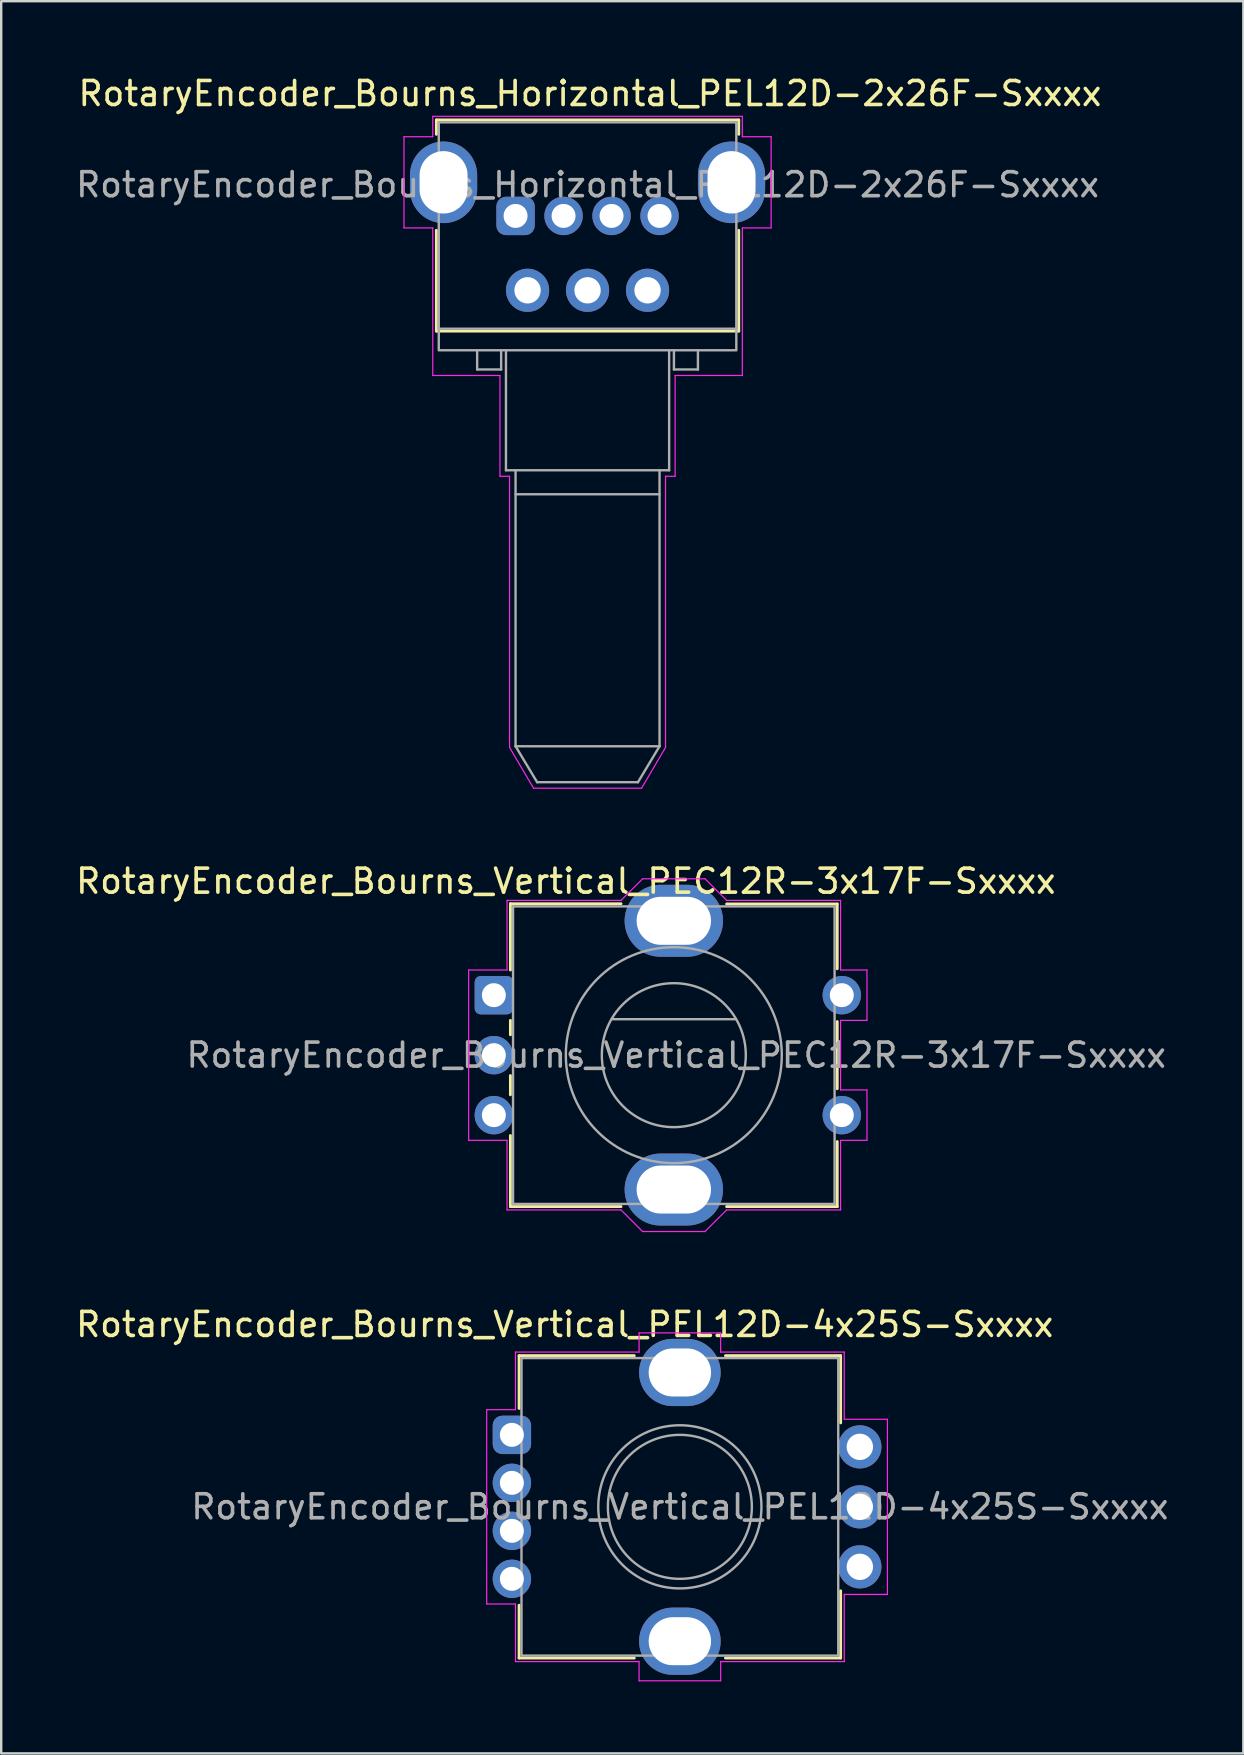
<source format=kicad_pcb>
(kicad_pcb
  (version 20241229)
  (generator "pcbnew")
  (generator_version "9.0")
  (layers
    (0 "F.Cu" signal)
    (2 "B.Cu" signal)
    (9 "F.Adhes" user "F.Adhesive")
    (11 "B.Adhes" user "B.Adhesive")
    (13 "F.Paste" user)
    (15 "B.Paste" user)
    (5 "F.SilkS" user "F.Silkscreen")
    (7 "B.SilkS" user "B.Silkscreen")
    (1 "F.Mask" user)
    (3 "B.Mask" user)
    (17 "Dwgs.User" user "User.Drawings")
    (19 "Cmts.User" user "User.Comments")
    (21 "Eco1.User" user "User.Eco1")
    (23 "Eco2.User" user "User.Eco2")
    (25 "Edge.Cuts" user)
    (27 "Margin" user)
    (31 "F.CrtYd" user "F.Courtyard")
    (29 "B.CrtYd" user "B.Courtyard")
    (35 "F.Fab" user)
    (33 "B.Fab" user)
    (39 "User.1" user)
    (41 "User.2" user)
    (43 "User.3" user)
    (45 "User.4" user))
  (footprint "RotaryEncoder_Bourns_Vertical_PEC12R-3x17F-Sxxxx"
    (layer "F.Cu")
    (at 17.53 38.422)
    (property "Reference" "RotaryEncoder_Bourns_Vertical_PEC12R-3x17F-Sxxxx" (at 3 -4.75 180) (layer "F.SilkS") (effects (font (size 1 1) (thickness 0.15))))
    (attr through_hole)
    (fp_line (start 0.69 -3.81) (end 5.3 -3.81) (stroke (width 0.12) (type solid)) (layer "F.SilkS"))
    (fp_line (start 0.69 -1.05) (end 0.69 -3.81) (stroke (width 0.12) (type solid)) (layer "F.SilkS"))
    (fp_line (start 0.69 1.05) (end 0.69 1.65) (stroke (width 0.12) (type solid)) (layer "F.SilkS"))
    (fp_line (start 0.69 3.35) (end 0.69 4.15) (stroke (width 0.12) (type solid)) (layer "F.SilkS"))
    (fp_line (start 0.69 5.85) (end 0.69 8.81) (stroke (width 0.12) (type solid)) (layer "F.SilkS"))
    (fp_line (start 5.3 8.81) (end 0.69 8.81) (stroke (width 0.12) (type solid)) (layer "F.SilkS"))
    (fp_line (start 9.7 -3.8) (end 14.31 -3.8) (stroke (width 0.12) (type solid)) (layer "F.SilkS"))
    (fp_line (start 14.31 -3.8) (end 14.31 -1.1) (stroke (width 0.12) (type solid)) (layer "F.SilkS"))
    (fp_line (start 14.31 1.1) (end 14.31 3.9) (stroke (width 0.12) (type solid)) (layer "F.SilkS"))
    (fp_line (start 14.31 6.1) (end 14.31 8.81) (stroke (width 0.12) (type solid)) (layer "F.SilkS"))
    (fp_line (start 14.31 8.81) (end 9.7 8.81) (stroke (width 0.12) (type solid)) (layer "F.SilkS"))
    (fp_line (start -1.05 -1.05) (end 0.55 -1.05) (stroke (width 0.05) (type solid)) (layer "F.CrtYd"))
    (fp_line (start -1.05 6.05) (end -1.05 -1.05) (stroke (width 0.05) (type solid)) (layer "F.CrtYd"))
    (fp_line (start 0.55 -3.95) (end 5.3 -3.95) (stroke (width 0.05) (type solid)) (layer "F.CrtYd"))
    (fp_line (start 0.55 -1.05) (end 0.55 -3.95) (stroke (width 0.05) (type solid)) (layer "F.CrtYd"))
    (fp_line (start 0.55 6.05) (end -1.05 6.05) (stroke (width 0.05) (type solid)) (layer "F.CrtYd"))
    (fp_line (start 0.55 8.95) (end 0.55 6.05) (stroke (width 0.05) (type solid)) (layer "F.CrtYd"))
    (fp_line (start 5.3 -3.95) (end 6.2 -4.85) (stroke (width 0.05) (type solid)) (layer "F.CrtYd"))
    (fp_line (start 5.3 8.95) (end 0.55 8.95) (stroke (width 0.05) (type solid)) (layer "F.CrtYd"))
    (fp_line (start 5.3 8.95) (end 6.2 9.85) (stroke (width 0.05) (type solid)) (layer "F.CrtYd"))
    (fp_line (start 6.2 -4.85) (end 8.8 -4.85) (stroke (width 0.05) (type solid)) (layer "F.CrtYd"))
    (fp_line (start 8.8 9.85) (end 6.2 9.85) (stroke (width 0.05) (type solid)) (layer "F.CrtYd"))
    (fp_line (start 9.7 -3.95) (end 8.8 -4.85) (stroke (width 0.05) (type solid)) (layer "F.CrtYd"))
    (fp_line (start 9.7 -3.95) (end 14.45 -3.95) (stroke (width 0.05) (type solid)) (layer "F.CrtYd"))
    (fp_line (start 9.7 8.95) (end 8.8 9.85) (stroke (width 0.05) (type solid)) (layer "F.CrtYd"))
    (fp_line (start 14.45 -3.95) (end 14.45 -1.05) (stroke (width 0.05) (type solid)) (layer "F.CrtYd"))
    (fp_line (start 14.45 -1.05) (end 15.55 -1.05) (stroke (width 0.05) (type default)) (layer "F.CrtYd"))
    (fp_line (start 14.45 1.05) (end 14.45 3.95) (stroke (width 0.05) (type solid)) (layer "F.CrtYd"))
    (fp_line (start 14.45 3.95) (end 15.55 3.95) (stroke (width 0.05) (type default)) (layer "F.CrtYd"))
    (fp_line (start 14.45 6.05) (end 14.45 8.95) (stroke (width 0.05) (type solid)) (layer "F.CrtYd"))
    (fp_line (start 14.45 8.95) (end 9.7 8.95) (stroke (width 0.05) (type solid)) (layer "F.CrtYd"))
    (fp_line (start 15.55 -1.05) (end 15.55 1.05) (stroke (width 0.05) (type default)) (layer "F.CrtYd"))
    (fp_line (start 15.55 1.05) (end 14.45 1.05) (stroke (width 0.05) (type default)) (layer "F.CrtYd"))
    (fp_line (start 15.55 3.95) (end 15.55 6.05) (stroke (width 0.05) (type default)) (layer "F.CrtYd"))
    (fp_line (start 15.55 6.05) (end 14.45 6.05) (stroke (width 0.05) (type default)) (layer "F.CrtYd"))
    (fp_line (start 0.8 -3.7) (end 0.8 8.7) (stroke (width 0.1) (type solid)) (layer "F.Fab"))
    (fp_line (start 0.8 8.7) (end 14.2 8.7) (stroke (width 0.1) (type solid)) (layer "F.Fab"))
    (fp_line (start 4.91 1) (end 10.09 1) (stroke (width 0.1) (type default)) (layer "F.Fab"))
    (fp_line (start 14.2 -3.7) (end 0.8 -3.7) (stroke (width 0.1) (type solid)) (layer "F.Fab"))
    (fp_line (start 14.2 8.7) (end 14.2 -3.7) (stroke (width 0.1) (type solid)) (layer "F.Fab"))
    (fp_circle (center 7.5 2.5) (end 10.5 2.5) (stroke (width 0.1) (type solid)) (fill no) (layer "F.Fab"))
    (fp_circle (center 7.5 2.5) (end 12 2.5) (stroke (width 0.1) (type default)) (fill no) (layer "F.Fab"))
    (fp_text user "${REFERENCE}" (at 7.6 2.5 180) (layer "F.Fab") (effects (font (size 1 1) (thickness 0.15))))
    (pad "A" thru_hole roundrect (at 0 0) (size 1.6 1.6) (drill 1) (layers "*.Cu" "*.Mask") (roundrect_rratio 0.156))
    (pad "B" thru_hole circle (at 0 5) (size 1.6 1.6) (drill 1) (layers "*.Cu" "*.Mask"))
    (pad "C" thru_hole circle (at 0 2.5) (size 1.6 1.6) (drill 1) (layers "*.Cu" "*.Mask"))
    (pad "S1" thru_hole circle (at 14.5 0) (size 1.6 1.6) (drill 1) (layers "*.Cu" "*.Mask"))
    (pad "S2" thru_hole circle (at 14.5 5) (size 1.6 1.6) (drill 1) (layers "*.Cu" "*.Mask"))
    (pad "SH" thru_hole oval (at 7.5 -3.1) (size 4.1 3) (drill oval 3.1 2) (layers "*.Cu" "*.Mask"))
    (pad "SH" thru_hole oval (at 7.5 8.1) (size 4.1 3) (drill oval 3.1 2) (layers "*.Cu" "*.Mask")))
  (footprint "RotaryEncoder_Bourns_Vertical_PEL12D-4x25S-Sxxxx"
    (layer "F.Cu")
    (at 18.282 56.745)
    (property "Reference" "RotaryEncoder_Bourns_Vertical_PEL12D-4x25S-Sxxxx" (at 2.2 -4.6 180) (layer "F.SilkS") (effects (font (size 1 1) (thickness 0.15))))
    (attr through_hole)
    (fp_line (start 0.3 -3.3) (end 0.3 -1.1) (stroke (width 0.12) (type default)) (layer "F.SilkS"))
    (fp_line (start 0.3 7.1) (end 0.3 9.3) (stroke (width 0.12) (type default)) (layer "F.SilkS"))
    (fp_line (start 0.3 9.3) (end 5.1 9.3) (stroke (width 0.12) (type default)) (layer "F.SilkS"))
    (fp_line (start 5.1 -3.3) (end 0.3 -3.3) (stroke (width 0.12) (type default)) (layer "F.SilkS"))
    (fp_line (start 8.9 -3.3) (end 13.7 -3.3) (stroke (width 0.12) (type default)) (layer "F.SilkS"))
    (fp_line (start 13.7 -3.3) (end 13.7 -0.5) (stroke (width 0.12) (type default)) (layer "F.SilkS"))
    (fp_line (start 13.7 6.5) (end 13.7 9.3) (stroke (width 0.12) (type default)) (layer "F.SilkS"))
    (fp_line (start 13.7 9.3) (end 8.9 9.3) (stroke (width 0.12) (type default)) (layer "F.SilkS"))
    (fp_line (start -1.05 -1.05) (end -1.05 7.05) (stroke (width 0.05) (type default)) (layer "F.CrtYd"))
    (fp_line (start -1.05 7.05) (end 0.15 7.05) (stroke (width 0.05) (type default)) (layer "F.CrtYd"))
    (fp_line (start 0.15 -3.45) (end 0.15 -1.05) (stroke (width 0.05) (type default)) (layer "F.CrtYd"))
    (fp_line (start 0.15 -1.05) (end -1.05 -1.05) (stroke (width 0.05) (type default)) (layer "F.CrtYd"))
    (fp_line (start 0.15 7.05) (end 0.15 9.45) (stroke (width 0.05) (type default)) (layer "F.CrtYd"))
    (fp_line (start 0.15 9.45) (end 5.3 9.45) (stroke (width 0.05) (type default)) (layer "F.CrtYd"))
    (fp_line (start 5.3 -4.25) (end 5.3 -3.45) (stroke (width 0.05) (type default)) (layer "F.CrtYd"))
    (fp_line (start 5.3 -3.45) (end 0.15 -3.45) (stroke (width 0.05) (type default)) (layer "F.CrtYd"))
    (fp_line (start 5.3 9.45) (end 5.3 10.25) (stroke (width 0.05) (type default)) (layer "F.CrtYd"))
    (fp_line (start 5.3 10.25) (end 8.7 10.25) (stroke (width 0.05) (type default)) (layer "F.CrtYd"))
    (fp_line (start 8.7 -4.25) (end 5.3 -4.25) (stroke (width 0.05) (type default)) (layer "F.CrtYd"))
    (fp_line (start 8.7 -3.45) (end 8.7 -4.25) (stroke (width 0.05) (type default)) (layer "F.CrtYd"))
    (fp_line (start 8.7 9.45) (end 13.85 9.45) (stroke (width 0.05) (type default)) (layer "F.CrtYd"))
    (fp_line (start 8.7 10.25) (end 8.7 9.45) (stroke (width 0.05) (type default)) (layer "F.CrtYd"))
    (fp_line (start 13.85 -3.45) (end 8.7 -3.45) (stroke (width 0.05) (type default)) (layer "F.CrtYd"))
    (fp_line (start 13.85 -0.65) (end 13.85 -3.45) (stroke (width 0.05) (type default)) (layer "F.CrtYd"))
    (fp_line (start 13.85 6.65) (end 15.65 6.65) (stroke (width 0.05) (type default)) (layer "F.CrtYd"))
    (fp_line (start 13.85 9.45) (end 13.85 6.65) (stroke (width 0.05) (type default)) (layer "F.CrtYd"))
    (fp_line (start 15.65 -0.65) (end 13.85 -0.65) (stroke (width 0.05) (type default)) (layer "F.CrtYd"))
    (fp_line (start 15.65 6.65) (end 15.65 -0.65) (stroke (width 0.05) (type default)) (layer "F.CrtYd"))
    (fp_rect (start 0.4 -3.2) (end 13.6 9.2) (stroke (width 0.1) (type default)) (fill no) (layer "F.Fab"))
    (fp_circle (center 7 3) (end 7 -0.4) (stroke (width 0.1) (type solid)) (fill no) (layer "F.Fab"))
    (fp_circle (center 7 3) (end 7 0) (stroke (width 0.1) (type default)) (fill no) (layer "F.Fab"))
    (fp_text user "${REFERENCE}" (at 7 3 180) (layer "F.Fab") (effects (font (size 1 1) (thickness 0.15))))
    (pad "1" thru_hole roundrect (at 0 0 90) (size 1.6 1.6) (drill 1) (layers "*.Cu" "*.Mask") (roundrect_rratio 0.25))
    (pad "2" thru_hole circle (at 0 2 90) (size 1.6 1.6) (drill 1) (layers "*.Cu" "*.Mask"))
    (pad "3" thru_hole circle (at 0 4 90) (size 1.6 1.6) (drill 1) (layers "*.Cu" "*.Mask"))
    (pad "4" thru_hole circle (at 0 6 90) (size 1.6 1.6) (drill 1) (layers "*.Cu" "*.Mask"))
    (pad "A" thru_hole circle (at 14.5 5.5 90) (size 1.8 1.8) (drill 1.1) (layers "*.Cu" "*.Mask"))
    (pad "B" thru_hole circle (at 14.5 3 90) (size 1.8 1.8) (drill 1.1) (layers "*.Cu" "*.Mask"))
    (pad "C" thru_hole circle (at 14.5 0.5 90) (size 1.8 1.8) (drill 1.1) (layers "*.Cu" "*.Mask"))
    (pad "SH" thru_hole oval (at 7 -2.6 90) (size 2.8 3.4) (drill oval 2 2.6) (layers "*.Cu" "*.Mask"))
    (pad "SH" thru_hole oval (at 7 8.6 180) (size 3.4 2.8) (drill oval 2.6 2) (layers "*.Cu" "*.Mask")))
  (footprint "RotaryEncoder_Bourns_Horizontal_PEL12D-2x26F-Sxxxx"
    (layer "F.Cu")
    (at 18.435 5.948)
    (property "Reference" "RotaryEncoder_Bourns_Horizontal_PEL12D-2x26F-Sxxxx" (at 3.1 -5.1 0) (layer "F.SilkS") (effects (font (size 1 1) (thickness 0.15))))
    (attr through_hole)
    (fp_line (start -3.3 -4) (end -3.3 -3.4) (stroke (width 0.12) (type default)) (layer "F.SilkS"))
    (fp_line (start -3.3 0.6) (end -3.3 4.8) (stroke (width 0.12) (type default)) (layer "F.SilkS"))
    (fp_line (start -3.3 4.8) (end 9.3 4.8) (stroke (width 0.12) (type default)) (layer "F.SilkS"))
    (fp_line (start 9.3 -4) (end -3.3 -4) (stroke (width 0.12) (type default)) (layer "F.SilkS"))
    (fp_line (start 9.3 -3.4) (end 9.3 -4) (stroke (width 0.12) (type default)) (layer "F.SilkS"))
    (fp_line (start 9.3 4.8) (end 9.3 0.6) (stroke (width 0.12) (type default)) (layer "F.SilkS"))
    (fp_line (start -4.65 -3.3) (end -4.65 0.5) (stroke (width 0.05) (type default)) (layer "F.CrtYd"))
    (fp_line (start -4.65 0.5) (end -3.45 0.5) (stroke (width 0.05) (type default)) (layer "F.CrtYd"))
    (fp_line (start -3.45 -4.15) (end -3.45 -3.3) (stroke (width 0.05) (type default)) (layer "F.CrtYd"))
    (fp_line (start -3.45 -3.3) (end -4.65 -3.3) (stroke (width 0.05) (type default)) (layer "F.CrtYd"))
    (fp_line (start -3.45 0.5) (end -3.45 6.65) (stroke (width 0.05) (type default)) (layer "F.CrtYd"))
    (fp_line (start -0.65 6.65) (end -3.45 6.65) (stroke (width 0.05) (type default)) (layer "F.CrtYd"))
    (fp_line (start -0.65 10.85) (end -0.65 6.65) (stroke (width 0.05) (type default)) (layer "F.CrtYd"))
    (fp_line (start -0.65 10.85) (end -0.25 10.85) (stroke (width 0.05) (type default)) (layer "F.CrtYd"))
    (fp_line (start -0.25 10.85) (end -0.25 22.15) (stroke (width 0.05) (type default)) (layer "F.CrtYd"))
    (fp_line (start -0.25 22.15) (end 0.75 23.85) (stroke (width 0.05) (type default)) (layer "F.CrtYd"))
    (fp_line (start 0.75 23.85) (end 5.25 23.85) (stroke (width 0.05) (type default)) (layer "F.CrtYd"))
    (fp_line (start 6.25 10.85) (end 6.65 10.85) (stroke (width 0.05) (type default)) (layer "F.CrtYd"))
    (fp_line (start 6.25 22.15) (end 5.25 23.85) (stroke (width 0.05) (type default)) (layer "F.CrtYd"))
    (fp_line (start 6.25 22.15) (end 6.25 10.85) (stroke (width 0.05) (type default)) (layer "F.CrtYd"))
    (fp_line (start 6.65 6.65) (end 9.45 6.65) (stroke (width 0.05) (type default)) (layer "F.CrtYd"))
    (fp_line (start 6.65 10.85) (end 6.65 6.65) (stroke (width 0.05) (type default)) (layer "F.CrtYd"))
    (fp_line (start 9.45 -4.15) (end -3.45 -4.15) (stroke (width 0.05) (type default)) (layer "F.CrtYd"))
    (fp_line (start 9.45 -3.3) (end 9.45 -4.15) (stroke (width 0.05) (type default)) (layer "F.CrtYd"))
    (fp_line (start 9.45 0.5) (end 10.65 0.5) (stroke (width 0.05) (type default)) (layer "F.CrtYd"))
    (fp_line (start 9.45 6.65) (end 9.45 0.5) (stroke (width 0.05) (type default)) (layer "F.CrtYd"))
    (fp_line (start 10.65 -3.3) (end 9.45 -3.3) (stroke (width 0.05) (type default)) (layer "F.CrtYd"))
    (fp_line (start 10.65 0.5) (end 10.65 -3.3) (stroke (width 0.05) (type default)) (layer "F.CrtYd"))
    (fp_line (start -1.6 5.6) (end -1.6 6.4) (stroke (width 0.1) (type default)) (layer "F.Fab"))
    (fp_line (start -1.6 6.4) (end -0.6 6.4) (stroke (width 0.1) (type default)) (layer "F.Fab"))
    (fp_line (start -0.6 6.4) (end -0.6 5.6) (stroke (width 0.1) (type default)) (layer "F.Fab"))
    (fp_line (start -0.4 10.6) (end -0.4 5.6) (stroke (width 0.1) (type default)) (layer "F.Fab"))
    (fp_line (start 0 22.1) (end 0 10.6) (stroke (width 0.1) (type default)) (layer "F.Fab"))
    (fp_line (start 0 22.1) (end 0.9 23.6) (stroke (width 0.1) (type default)) (layer "F.Fab"))
    (fp_line (start 0.9 23.6) (end 5.1 23.6) (stroke (width 0.1) (type default)) (layer "F.Fab"))
    (fp_line (start 6 10.6) (end 6 22.1) (stroke (width 0.1) (type default)) (layer "F.Fab"))
    (fp_line (start 6 11.6) (end 0 11.6) (stroke (width 0.1) (type default)) (layer "F.Fab"))
    (fp_line (start 6 22.1) (end 0 22.1) (stroke (width 0.1) (type default)) (layer "F.Fab"))
    (fp_line (start 6 22.1) (end 5.1 23.6) (stroke (width 0.1) (type default)) (layer "F.Fab"))
    (fp_line (start 6.4 5.6) (end 6.4 10.6) (stroke (width 0.1) (type default)) (layer "F.Fab"))
    (fp_line (start 6.4 10.6) (end -0.4 10.6) (stroke (width 0.1) (type default)) (layer "F.Fab"))
    (fp_line (start 6.6 6.4) (end 6.6 5.6) (stroke (width 0.1) (type default)) (layer "F.Fab"))
    (fp_line (start 7.6 5.6) (end 7.6 6.4) (stroke (width 0.1) (type default)) (layer "F.Fab"))
    (fp_line (start 7.6 6.4) (end 6.6 6.4) (stroke (width 0.1) (type default)) (layer "F.Fab"))
    (fp_line (start 9.2 4.7) (end -3.2 4.7) (stroke (width 0.1) (type default)) (layer "F.Fab"))
    (fp_rect (start -3.2 -3.9) (end 9.2 5.6) (stroke (width 0.1) (type default)) (fill no) (layer "F.Fab"))
    (fp_text user "${REFERENCE}" (at 3 -1.3 0) (layer "F.Fab") (effects (font (size 1 1) (thickness 0.15))))
    (pad "1" thru_hole roundrect (at 0 0 270) (size 1.6 1.6) (drill 1) (layers "*.Cu" "*.Mask") (roundrect_rratio 0.25))
    (pad "2" thru_hole circle (at 2 0 270) (size 1.6 1.6) (drill 1) (layers "*.Cu" "*.Mask"))
    (pad "3" thru_hole circle (at 4 0 270) (size 1.6 1.6) (drill 1) (layers "*.Cu" "*.Mask"))
    (pad "4" thru_hole circle (at 6 0 270) (size 1.6 1.6) (drill 1) (layers "*.Cu" "*.Mask"))
    (pad "A" thru_hole circle (at 0.5 3.1 270) (size 1.8 1.8) (drill 1.1) (layers "*.Cu" "*.Mask"))
    (pad "B" thru_hole circle (at 3 3.1 270) (size 1.8 1.8) (drill 1.1) (layers "*.Cu" "*.Mask"))
    (pad "C" thru_hole circle (at 5.5 3.1 270) (size 1.8 1.8) (drill 1.1) (layers "*.Cu" "*.Mask"))
    (pad "SH" thru_hole oval (at -3 -1.4 270) (size 3.4 2.8) (drill oval 2.6 2) (layers "*.Cu" "*.Mask"))
    (pad "SH" thru_hole oval (at 9 -1.4 270) (size 3.4 2.8) (drill oval 2.6 2) (layers "*.Cu" "*.Mask"))
    (zone (net_name "") (layer "F.Cu") (hatch edge 0.5) (connect_pads) (min_thickness 0.25) (filled_areas_thickness no) (keepout (tracks not_allowed) (vias not_allowed) (pads not_allowed) (copperpour allowed) (footprints allowed)) (placement (enabled no)) (fill) (polygon (pts (xy 15.735 2.748) (xy 15.735 1.848) (xy 15.035 1.848) (xy 15.035 2.748))))
    (zone (net_name "") (layer "F.Cu") (hatch edge 0.5) (connect_pads) (min_thickness 0.25) (filled_areas_thickness no) (keepout (tracks not_allowed) (vias not_allowed) (pads not_allowed) (copperpour allowed) (footprints allowed)) (placement (enabled no)) (fill) (polygon (pts (xy 27.835 2.748) (xy 27.835 1.848) (xy 27.135 1.848) (xy 27.135 2.748))))
    (zone (net_name "") (layers "F.Cu" "F.Fab") (hatch edge 0.5) (connect_pads) (min_thickness 0.25) (filled_areas_thickness no) (keepout (tracks not_allowed) (vias not_allowed) (pads not_allowed) (copperpour allowed) (footprints allowed)) (placement (enabled no)) (fill) (polygon (pts (xy 15.735 10.848) (xy 15.735 9.548) (xy 14.985 9.548) (xy 14.985 10.848))))
    (zone (net_name "") (layers "F.Cu" "F.Fab") (hatch edge 0.5) (connect_pads) (min_thickness 0.25) (filled_areas_thickness no) (keepout (tracks not_allowed) (vias not_allowed) (pads not_allowed) (copperpour allowed) (footprints allowed)) (placement (enabled no)) (fill) (polygon (pts (xy 27.885 10.898) (xy 27.885 9.598) (xy 27.135 9.598) (xy 27.135 10.898)))))
  (gr_rect
    (start -3 -3)
    (end 48.764 70.02)
    (stroke (width 0.1) (type default))
    (fill no)
    (layer "Edge.Cuts")))
</source>
